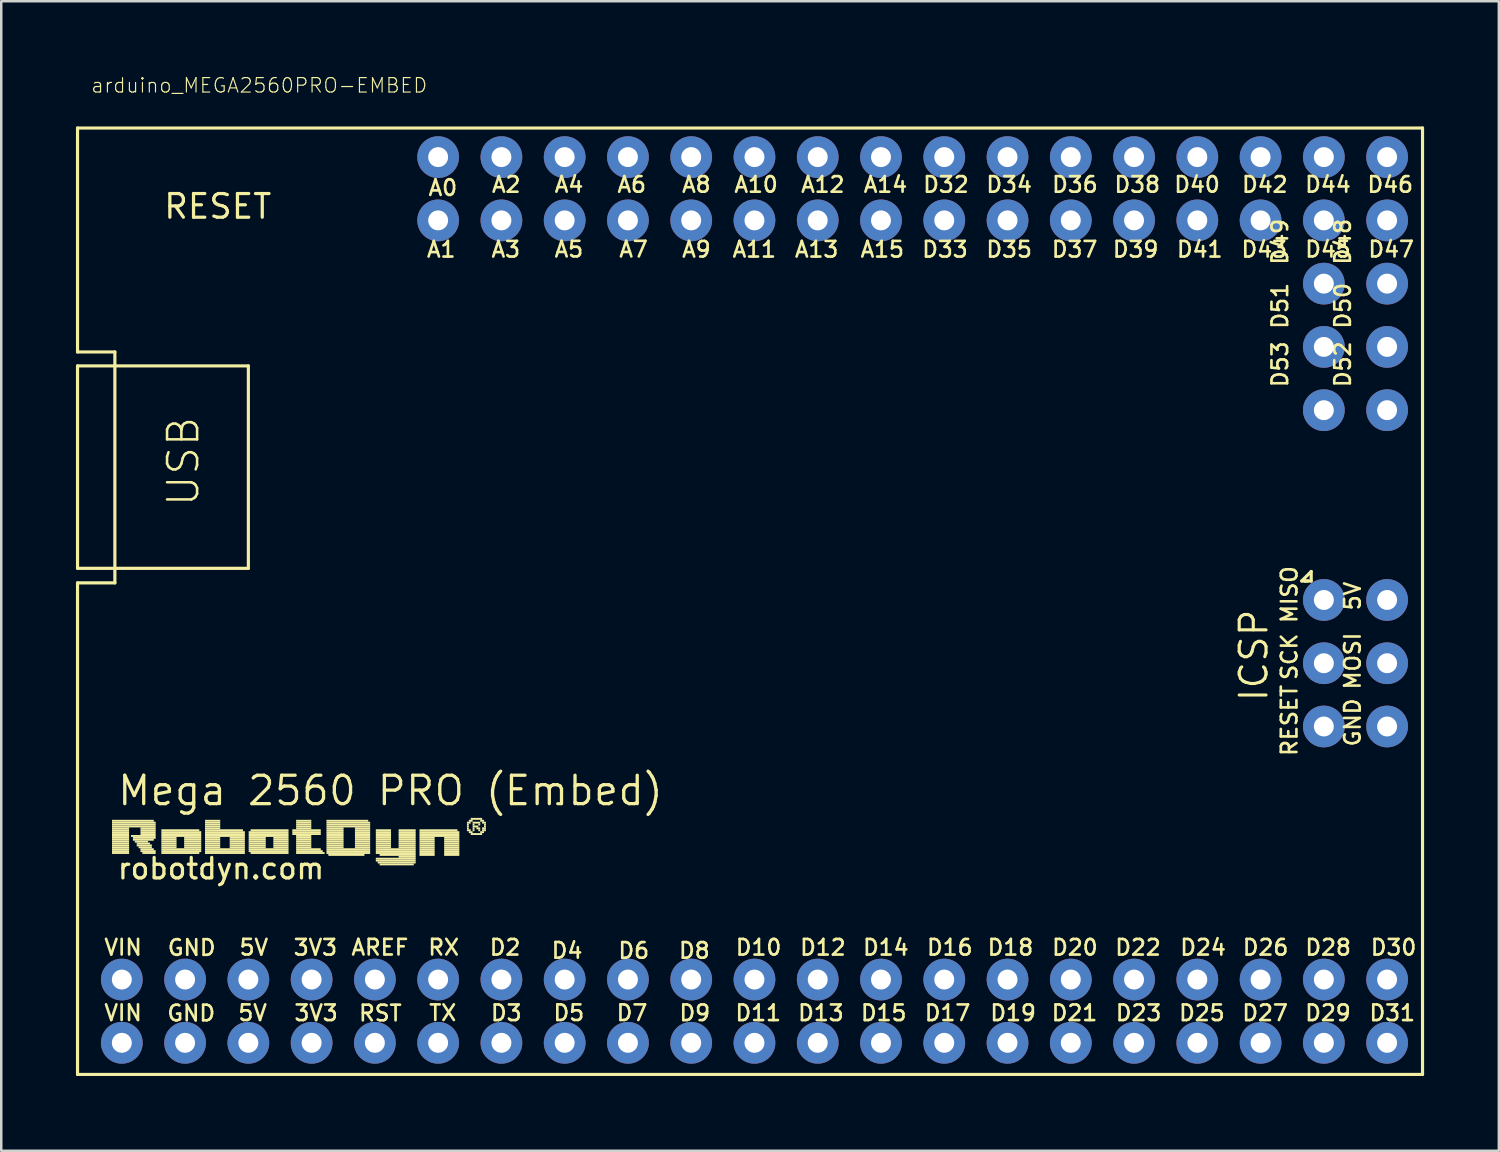
<source format=kicad_pcb>
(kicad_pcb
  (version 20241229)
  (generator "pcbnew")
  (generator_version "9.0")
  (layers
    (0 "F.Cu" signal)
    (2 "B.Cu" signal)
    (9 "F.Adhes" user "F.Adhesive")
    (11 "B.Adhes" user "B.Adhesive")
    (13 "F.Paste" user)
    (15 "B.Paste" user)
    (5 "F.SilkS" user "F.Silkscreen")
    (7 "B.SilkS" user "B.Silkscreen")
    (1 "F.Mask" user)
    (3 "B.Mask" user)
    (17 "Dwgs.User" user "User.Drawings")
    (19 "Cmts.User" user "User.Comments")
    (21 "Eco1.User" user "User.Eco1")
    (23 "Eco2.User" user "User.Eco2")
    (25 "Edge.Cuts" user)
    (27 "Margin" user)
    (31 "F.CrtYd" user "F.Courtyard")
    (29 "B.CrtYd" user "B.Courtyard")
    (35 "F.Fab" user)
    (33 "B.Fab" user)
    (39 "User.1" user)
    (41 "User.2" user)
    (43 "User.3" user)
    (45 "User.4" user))
  (footprint "arduino_MEGA2560PRO-EMBED"
    (layer "F.Cu")
    (at 34.861 19.768)
    (property "Reference" "arduino_MEGA2560PRO-EMBED" (at -34.29 -19.05 0) (layer "F.SilkS") (effects (font (size 0.579 0.579) (thickness 0.046)) (justify left bottom)))
    (attr through_hole)
    (fp_line (start -34.798 -17.678) (end 19.202 -17.678) (stroke (width 0.127) (type solid)) (layer "F.SilkS"))
    (fp_line (start -34.798 -8.687) (end -34.798 -17.678) (stroke (width 0.127) (type solid)) (layer "F.SilkS"))
    (fp_line (start -34.798 -8.687) (end -33.299 -8.687) (stroke (width 0.127) (type solid)) (layer "F.SilkS"))
    (fp_line (start -34.798 -8.128) (end -34.798 0) (stroke (width 0.127) (type solid)) (layer "F.SilkS"))
    (fp_line (start -34.798 0) (end -27.94 0) (stroke (width 0.127) (type solid)) (layer "F.SilkS"))
    (fp_line (start -34.798 0.584) (end -33.299 0.584) (stroke (width 0.127) (type solid)) (layer "F.SilkS"))
    (fp_line (start -34.798 20.32) (end -34.798 0.584) (stroke (width 0.127) (type solid)) (layer "F.SilkS"))
    (fp_line (start -34.798 20.32) (end 19.202 20.32) (stroke (width 0.127) (type solid)) (layer "F.SilkS"))
    (fp_line (start -33.299 0.584) (end -33.299 -8.687) (stroke (width 0.127) (type solid)) (layer "F.SilkS"))
    (fp_line (start -27.94 -8.128) (end -34.798 -8.128) (stroke (width 0.127) (type solid)) (layer "F.SilkS"))
    (fp_line (start -27.94 0) (end -27.94 -8.128) (stroke (width 0.127) (type solid)) (layer "F.SilkS"))
    (fp_line (start -15.519 9.449) (end -15.392 9.449) (stroke (width 0.127) (type solid)) (layer "F.SilkS"))
    (fp_line (start 14.351 0.508) (end 14.732 0.127) (stroke (width 0.127) (type solid)) (layer "F.SilkS"))
    (fp_line (start 14.478 0.508) (end 14.351 0.508) (stroke (width 0.127) (type solid)) (layer "F.SilkS"))
    (fp_line (start 14.605 0.508) (end 14.478 0.508) (stroke (width 0.127) (type solid)) (layer "F.SilkS"))
    (fp_line (start 14.732 0.127) (end 14.732 0.508) (stroke (width 0.127) (type solid)) (layer "F.SilkS"))
    (fp_line (start 14.732 0.508) (end 14.478 0.508) (stroke (width 0.127) (type solid)) (layer "F.SilkS"))
    (fp_line (start 19.202 20.32) (end 19.202 -17.678) (stroke (width 0.127) (type solid)) (layer "F.SilkS"))
    (fp_poly (pts (xy -33.414 10.173) (xy -31.737 10.173) (xy -31.737 10.097) (xy -33.414 10.097)) (stroke (width 0) (type solid)) (fill yes) (layer "F.SilkS"))
    (fp_poly (pts (xy -33.414 10.249) (xy -31.661 10.249) (xy -31.661 10.173) (xy -33.414 10.173)) (stroke (width 0) (type solid)) (fill yes) (layer "F.SilkS"))
    (fp_poly (pts (xy -33.414 10.325) (xy -31.661 10.325) (xy -31.661 10.249) (xy -33.414 10.249)) (stroke (width 0) (type solid)) (fill yes) (layer "F.SilkS"))
    (fp_poly (pts (xy -33.414 10.401) (xy -31.661 10.401) (xy -31.661 10.325) (xy -33.414 10.325)) (stroke (width 0) (type solid)) (fill yes) (layer "F.SilkS"))
    (fp_poly (pts (xy -33.414 10.477) (xy -32.728 10.477) (xy -32.728 10.401) (xy -33.414 10.401)) (stroke (width 0) (type solid)) (fill yes) (layer "F.SilkS"))
    (fp_poly (pts (xy -33.414 10.554) (xy -32.728 10.554) (xy -32.728 10.477) (xy -33.414 10.477)) (stroke (width 0) (type solid)) (fill yes) (layer "F.SilkS"))
    (fp_poly (pts (xy -33.414 10.63) (xy -32.728 10.63) (xy -32.728 10.554) (xy -33.414 10.554)) (stroke (width 0) (type solid)) (fill yes) (layer "F.SilkS"))
    (fp_poly (pts (xy -33.414 10.706) (xy -32.728 10.706) (xy -32.728 10.63) (xy -33.414 10.63)) (stroke (width 0) (type solid)) (fill yes) (layer "F.SilkS"))
    (fp_poly (pts (xy -33.414 10.782) (xy -32.728 10.782) (xy -32.728 10.706) (xy -33.414 10.706)) (stroke (width 0) (type solid)) (fill yes) (layer "F.SilkS"))
    (fp_poly (pts (xy -33.414 10.858) (xy -32.728 10.858) (xy -32.728 10.782) (xy -33.414 10.782)) (stroke (width 0) (type solid)) (fill yes) (layer "F.SilkS"))
    (fp_poly (pts (xy -33.414 10.935) (xy -32.728 10.935) (xy -32.728 10.858) (xy -33.414 10.858)) (stroke (width 0) (type solid)) (fill yes) (layer "F.SilkS"))
    (fp_poly (pts (xy -33.414 11.011) (xy -32.728 11.011) (xy -32.728 10.935) (xy -33.414 10.935)) (stroke (width 0) (type solid)) (fill yes) (layer "F.SilkS"))
    (fp_poly (pts (xy -33.414 11.087) (xy -32.728 11.087) (xy -32.728 11.011) (xy -33.414 11.011)) (stroke (width 0) (type solid)) (fill yes) (layer "F.SilkS"))
    (fp_poly (pts (xy -33.414 11.163) (xy -32.728 11.163) (xy -32.728 11.087) (xy -33.414 11.087)) (stroke (width 0) (type solid)) (fill yes) (layer "F.SilkS"))
    (fp_poly (pts (xy -33.414 11.239) (xy -32.728 11.239) (xy -32.728 11.163) (xy -33.414 11.163)) (stroke (width 0) (type solid)) (fill yes) (layer "F.SilkS"))
    (fp_poly (pts (xy -33.414 11.316) (xy -32.728 11.316) (xy -32.728 11.239) (xy -33.414 11.239)) (stroke (width 0) (type solid)) (fill yes) (layer "F.SilkS"))
    (fp_poly (pts (xy -33.414 11.392) (xy -32.728 11.392) (xy -32.728 11.316) (xy -33.414 11.316)) (stroke (width 0) (type solid)) (fill yes) (layer "F.SilkS"))
    (fp_poly (pts (xy -33.414 11.468) (xy -32.728 11.468) (xy -32.728 11.392) (xy -33.414 11.392)) (stroke (width 0) (type solid)) (fill yes) (layer "F.SilkS"))
    (fp_poly (pts (xy -32.652 10.782) (xy -31.661 10.782) (xy -31.661 10.706) (xy -32.652 10.706)) (stroke (width 0) (type solid)) (fill yes) (layer "F.SilkS"))
    (fp_poly (pts (xy -32.575 10.858) (xy -31.661 10.858) (xy -31.661 10.782) (xy -32.575 10.782)) (stroke (width 0) (type solid)) (fill yes) (layer "F.SilkS"))
    (fp_poly (pts (xy -32.575 10.935) (xy -31.737 10.935) (xy -31.737 10.858) (xy -32.575 10.858)) (stroke (width 0) (type solid)) (fill yes) (layer "F.SilkS"))
    (fp_poly (pts (xy -32.499 11.011) (xy -31.966 11.011) (xy -31.966 10.935) (xy -32.499 10.935)) (stroke (width 0) (type solid)) (fill yes) (layer "F.SilkS"))
    (fp_poly (pts (xy -32.423 11.087) (xy -31.89 11.087) (xy -31.89 11.011) (xy -32.423 11.011)) (stroke (width 0) (type solid)) (fill yes) (layer "F.SilkS"))
    (fp_poly (pts (xy -32.423 11.163) (xy -31.814 11.163) (xy -31.814 11.087) (xy -32.423 11.087)) (stroke (width 0) (type solid)) (fill yes) (layer "F.SilkS"))
    (fp_poly (pts (xy -32.347 11.239) (xy -31.814 11.239) (xy -31.814 11.163) (xy -32.347 11.163)) (stroke (width 0) (type solid)) (fill yes) (layer "F.SilkS"))
    (fp_poly (pts (xy -32.271 10.477) (xy -31.661 10.477) (xy -31.661 10.401) (xy -32.271 10.401)) (stroke (width 0) (type solid)) (fill yes) (layer "F.SilkS"))
    (fp_poly (pts (xy -32.271 10.554) (xy -31.661 10.554) (xy -31.661 10.477) (xy -32.271 10.477)) (stroke (width 0) (type solid)) (fill yes) (layer "F.SilkS"))
    (fp_poly (pts (xy -32.271 10.63) (xy -31.661 10.63) (xy -31.661 10.554) (xy -32.271 10.554)) (stroke (width 0) (type solid)) (fill yes) (layer "F.SilkS"))
    (fp_poly (pts (xy -32.271 10.706) (xy -31.661 10.706) (xy -31.661 10.63) (xy -32.271 10.63)) (stroke (width 0) (type solid)) (fill yes) (layer "F.SilkS"))
    (fp_poly (pts (xy -32.271 11.316) (xy -31.737 11.316) (xy -31.737 11.239) (xy -32.271 11.239)) (stroke (width 0) (type solid)) (fill yes) (layer "F.SilkS"))
    (fp_poly (pts (xy -32.271 11.392) (xy -31.661 11.392) (xy -31.661 11.316) (xy -32.271 11.316)) (stroke (width 0) (type solid)) (fill yes) (layer "F.SilkS"))
    (fp_poly (pts (xy -32.194 11.468) (xy -31.661 11.468) (xy -31.661 11.392) (xy -32.194 11.392)) (stroke (width 0) (type solid)) (fill yes) (layer "F.SilkS"))
    (fp_poly (pts (xy -31.433 10.554) (xy -29.909 10.554) (xy -29.909 10.477) (xy -31.433 10.477)) (stroke (width 0) (type solid)) (fill yes) (layer "F.SilkS"))
    (fp_poly (pts (xy -31.433 10.63) (xy -29.832 10.63) (xy -29.832 10.554) (xy -31.433 10.554)) (stroke (width 0) (type solid)) (fill yes) (layer "F.SilkS"))
    (fp_poly (pts (xy -31.433 10.706) (xy -29.832 10.706) (xy -29.832 10.63) (xy -31.433 10.63)) (stroke (width 0) (type solid)) (fill yes) (layer "F.SilkS"))
    (fp_poly (pts (xy -31.433 10.782) (xy -29.832 10.782) (xy -29.832 10.706) (xy -31.433 10.706)) (stroke (width 0) (type solid)) (fill yes) (layer "F.SilkS"))
    (fp_poly (pts (xy -31.433 10.858) (xy -30.823 10.858) (xy -30.823 10.782) (xy -31.433 10.782)) (stroke (width 0) (type solid)) (fill yes) (layer "F.SilkS"))
    (fp_poly (pts (xy -31.433 10.935) (xy -30.823 10.935) (xy -30.823 10.858) (xy -31.433 10.858)) (stroke (width 0) (type solid)) (fill yes) (layer "F.SilkS"))
    (fp_poly (pts (xy -31.433 11.011) (xy -30.823 11.011) (xy -30.823 10.935) (xy -31.433 10.935)) (stroke (width 0) (type solid)) (fill yes) (layer "F.SilkS"))
    (fp_poly (pts (xy -31.433 11.087) (xy -30.823 11.087) (xy -30.823 11.011) (xy -31.433 11.011)) (stroke (width 0) (type solid)) (fill yes) (layer "F.SilkS"))
    (fp_poly (pts (xy -31.433 11.163) (xy -30.823 11.163) (xy -30.823 11.087) (xy -31.433 11.087)) (stroke (width 0) (type solid)) (fill yes) (layer "F.SilkS"))
    (fp_poly (pts (xy -31.433 11.239) (xy -30.823 11.239) (xy -30.823 11.163) (xy -31.433 11.163)) (stroke (width 0) (type solid)) (fill yes) (layer "F.SilkS"))
    (fp_poly (pts (xy -31.433 11.316) (xy -29.832 11.316) (xy -29.832 11.239) (xy -31.433 11.239)) (stroke (width 0) (type solid)) (fill yes) (layer "F.SilkS"))
    (fp_poly (pts (xy -31.433 11.392) (xy -29.832 11.392) (xy -29.832 11.316) (xy -31.433 11.316)) (stroke (width 0) (type solid)) (fill yes) (layer "F.SilkS"))
    (fp_poly (pts (xy -31.433 11.468) (xy -29.909 11.468) (xy -29.909 11.392) (xy -31.433 11.392)) (stroke (width 0) (type solid)) (fill yes) (layer "F.SilkS"))
    (fp_poly (pts (xy -30.518 10.858) (xy -29.832 10.858) (xy -29.832 10.782) (xy -30.518 10.782)) (stroke (width 0) (type solid)) (fill yes) (layer "F.SilkS"))
    (fp_poly (pts (xy -30.518 10.935) (xy -29.832 10.935) (xy -29.832 10.858) (xy -30.518 10.858)) (stroke (width 0) (type solid)) (fill yes) (layer "F.SilkS"))
    (fp_poly (pts (xy -30.518 11.011) (xy -29.832 11.011) (xy -29.832 10.935) (xy -30.518 10.935)) (stroke (width 0) (type solid)) (fill yes) (layer "F.SilkS"))
    (fp_poly (pts (xy -30.518 11.087) (xy -29.832 11.087) (xy -29.832 11.011) (xy -30.518 11.011)) (stroke (width 0) (type solid)) (fill yes) (layer "F.SilkS"))
    (fp_poly (pts (xy -30.518 11.163) (xy -29.832 11.163) (xy -29.832 11.087) (xy -30.518 11.087)) (stroke (width 0) (type solid)) (fill yes) (layer "F.SilkS"))
    (fp_poly (pts (xy -30.518 11.239) (xy -29.832 11.239) (xy -29.832 11.163) (xy -30.518 11.163)) (stroke (width 0) (type solid)) (fill yes) (layer "F.SilkS"))
    (fp_poly (pts (xy -29.68 10.173) (xy -29.07 10.173) (xy -29.07 10.097) (xy -29.68 10.097)) (stroke (width 0) (type solid)) (fill yes) (layer "F.SilkS"))
    (fp_poly (pts (xy -29.68 10.249) (xy -29.07 10.249) (xy -29.07 10.173) (xy -29.68 10.173)) (stroke (width 0) (type solid)) (fill yes) (layer "F.SilkS"))
    (fp_poly (pts (xy -29.68 10.325) (xy -29.07 10.325) (xy -29.07 10.249) (xy -29.68 10.249)) (stroke (width 0) (type solid)) (fill yes) (layer "F.SilkS"))
    (fp_poly (pts (xy -29.68 10.401) (xy -29.07 10.401) (xy -29.07 10.325) (xy -29.68 10.325)) (stroke (width 0) (type solid)) (fill yes) (layer "F.SilkS"))
    (fp_poly (pts (xy -29.68 10.477) (xy -29.07 10.477) (xy -29.07 10.401) (xy -29.68 10.401)) (stroke (width 0) (type solid)) (fill yes) (layer "F.SilkS"))
    (fp_poly (pts (xy -29.68 10.554) (xy -28.156 10.554) (xy -28.156 10.477) (xy -29.68 10.477)) (stroke (width 0) (type solid)) (fill yes) (layer "F.SilkS"))
    (fp_poly (pts (xy -29.68 10.63) (xy -28.08 10.63) (xy -28.08 10.554) (xy -29.68 10.554)) (stroke (width 0) (type solid)) (fill yes) (layer "F.SilkS"))
    (fp_poly (pts (xy -29.68 10.706) (xy -28.08 10.706) (xy -28.08 10.63) (xy -29.68 10.63)) (stroke (width 0) (type solid)) (fill yes) (layer "F.SilkS"))
    (fp_poly (pts (xy -29.68 10.782) (xy -28.08 10.782) (xy -28.08 10.706) (xy -29.68 10.706)) (stroke (width 0) (type solid)) (fill yes) (layer "F.SilkS"))
    (fp_poly (pts (xy -29.68 10.858) (xy -29.07 10.858) (xy -29.07 10.782) (xy -29.68 10.782)) (stroke (width 0) (type solid)) (fill yes) (layer "F.SilkS"))
    (fp_poly (pts (xy -29.68 10.935) (xy -29.07 10.935) (xy -29.07 10.858) (xy -29.68 10.858)) (stroke (width 0) (type solid)) (fill yes) (layer "F.SilkS"))
    (fp_poly (pts (xy -29.68 11.011) (xy -29.07 11.011) (xy -29.07 10.935) (xy -29.68 10.935)) (stroke (width 0) (type solid)) (fill yes) (layer "F.SilkS"))
    (fp_poly (pts (xy -29.68 11.087) (xy -29.07 11.087) (xy -29.07 11.011) (xy -29.68 11.011)) (stroke (width 0) (type solid)) (fill yes) (layer "F.SilkS"))
    (fp_poly (pts (xy -29.68 11.163) (xy -29.07 11.163) (xy -29.07 11.087) (xy -29.68 11.087)) (stroke (width 0) (type solid)) (fill yes) (layer "F.SilkS"))
    (fp_poly (pts (xy -29.68 11.239) (xy -29.07 11.239) (xy -29.07 11.163) (xy -29.68 11.163)) (stroke (width 0) (type solid)) (fill yes) (layer "F.SilkS"))
    (fp_poly (pts (xy -29.68 11.316) (xy -28.08 11.316) (xy -28.08 11.239) (xy -29.68 11.239)) (stroke (width 0) (type solid)) (fill yes) (layer "F.SilkS"))
    (fp_poly (pts (xy -29.68 11.392) (xy -28.08 11.392) (xy -28.08 11.316) (xy -29.68 11.316)) (stroke (width 0) (type solid)) (fill yes) (layer "F.SilkS"))
    (fp_poly (pts (xy -29.68 11.468) (xy -28.08 11.468) (xy -28.08 11.392) (xy -29.68 11.392)) (stroke (width 0) (type solid)) (fill yes) (layer "F.SilkS"))
    (fp_poly (pts (xy -28.689 10.858) (xy -28.08 10.858) (xy -28.08 10.782) (xy -28.689 10.782)) (stroke (width 0) (type solid)) (fill yes) (layer "F.SilkS"))
    (fp_poly (pts (xy -28.689 10.935) (xy -28.08 10.935) (xy -28.08 10.858) (xy -28.689 10.858)) (stroke (width 0) (type solid)) (fill yes) (layer "F.SilkS"))
    (fp_poly (pts (xy -28.689 11.011) (xy -28.08 11.011) (xy -28.08 10.935) (xy -28.689 10.935)) (stroke (width 0) (type solid)) (fill yes) (layer "F.SilkS"))
    (fp_poly (pts (xy -28.689 11.087) (xy -28.08 11.087) (xy -28.08 11.011) (xy -28.689 11.011)) (stroke (width 0) (type solid)) (fill yes) (layer "F.SilkS"))
    (fp_poly (pts (xy -28.689 11.163) (xy -28.08 11.163) (xy -28.08 11.087) (xy -28.689 11.087)) (stroke (width 0) (type solid)) (fill yes) (layer "F.SilkS"))
    (fp_poly (pts (xy -28.689 11.239) (xy -28.08 11.239) (xy -28.08 11.163) (xy -28.689 11.163)) (stroke (width 0) (type solid)) (fill yes) (layer "F.SilkS"))
    (fp_poly (pts (xy -27.927 10.63) (xy -26.327 10.63) (xy -26.327 10.554) (xy -27.927 10.554)) (stroke (width 0) (type solid)) (fill yes) (layer "F.SilkS"))
    (fp_poly (pts (xy -27.927 10.706) (xy -26.327 10.706) (xy -26.327 10.63) (xy -27.927 10.63)) (stroke (width 0) (type solid)) (fill yes) (layer "F.SilkS"))
    (fp_poly (pts (xy -27.927 10.782) (xy -26.327 10.782) (xy -26.327 10.706) (xy -27.927 10.706)) (stroke (width 0) (type solid)) (fill yes) (layer "F.SilkS"))
    (fp_poly (pts (xy -27.927 10.858) (xy -27.241 10.858) (xy -27.241 10.782) (xy -27.927 10.782)) (stroke (width 0) (type solid)) (fill yes) (layer "F.SilkS"))
    (fp_poly (pts (xy -27.927 10.935) (xy -27.241 10.935) (xy -27.241 10.858) (xy -27.927 10.858)) (stroke (width 0) (type solid)) (fill yes) (layer "F.SilkS"))
    (fp_poly (pts (xy -27.927 11.011) (xy -27.241 11.011) (xy -27.241 10.935) (xy -27.927 10.935)) (stroke (width 0) (type solid)) (fill yes) (layer "F.SilkS"))
    (fp_poly (pts (xy -27.927 11.087) (xy -27.241 11.087) (xy -27.241 11.011) (xy -27.927 11.011)) (stroke (width 0) (type solid)) (fill yes) (layer "F.SilkS"))
    (fp_poly (pts (xy -27.927 11.163) (xy -27.241 11.163) (xy -27.241 11.087) (xy -27.927 11.087)) (stroke (width 0) (type solid)) (fill yes) (layer "F.SilkS"))
    (fp_poly (pts (xy -27.927 11.239) (xy -27.241 11.239) (xy -27.241 11.163) (xy -27.927 11.163)) (stroke (width 0) (type solid)) (fill yes) (layer "F.SilkS"))
    (fp_poly (pts (xy -27.927 11.316) (xy -26.327 11.316) (xy -26.327 11.239) (xy -27.927 11.239)) (stroke (width 0) (type solid)) (fill yes) (layer "F.SilkS"))
    (fp_poly (pts (xy -27.927 11.392) (xy -26.327 11.392) (xy -26.327 11.316) (xy -27.927 11.316)) (stroke (width 0) (type solid)) (fill yes) (layer "F.SilkS"))
    (fp_poly (pts (xy -27.851 10.554) (xy -26.327 10.554) (xy -26.327 10.477) (xy -27.851 10.477)) (stroke (width 0) (type solid)) (fill yes) (layer "F.SilkS"))
    (fp_poly (pts (xy -27.851 11.468) (xy -26.327 11.468) (xy -26.327 11.392) (xy -27.851 11.392)) (stroke (width 0) (type solid)) (fill yes) (layer "F.SilkS"))
    (fp_poly (pts (xy -26.937 10.858) (xy -26.327 10.858) (xy -26.327 10.782) (xy -26.937 10.782)) (stroke (width 0) (type solid)) (fill yes) (layer "F.SilkS"))
    (fp_poly (pts (xy -26.937 10.935) (xy -26.327 10.935) (xy -26.327 10.858) (xy -26.937 10.858)) (stroke (width 0) (type solid)) (fill yes) (layer "F.SilkS"))
    (fp_poly (pts (xy -26.937 11.011) (xy -26.327 11.011) (xy -26.327 10.935) (xy -26.937 10.935)) (stroke (width 0) (type solid)) (fill yes) (layer "F.SilkS"))
    (fp_poly (pts (xy -26.937 11.087) (xy -26.327 11.087) (xy -26.327 11.011) (xy -26.937 11.011)) (stroke (width 0) (type solid)) (fill yes) (layer "F.SilkS"))
    (fp_poly (pts (xy -26.937 11.163) (xy -26.327 11.163) (xy -26.327 11.087) (xy -26.937 11.087)) (stroke (width 0) (type solid)) (fill yes) (layer "F.SilkS"))
    (fp_poly (pts (xy -26.937 11.239) (xy -26.327 11.239) (xy -26.327 11.163) (xy -26.937 11.163)) (stroke (width 0) (type solid)) (fill yes) (layer "F.SilkS"))
    (fp_poly (pts (xy -26.175 10.554) (xy -25.032 10.554) (xy -25.032 10.477) (xy -26.175 10.477)) (stroke (width 0) (type solid)) (fill yes) (layer "F.SilkS"))
    (fp_poly (pts (xy -26.175 10.63) (xy -25.032 10.63) (xy -25.032 10.554) (xy -26.175 10.554)) (stroke (width 0) (type solid)) (fill yes) (layer "F.SilkS"))
    (fp_poly (pts (xy -26.175 10.706) (xy -25.032 10.706) (xy -25.032 10.63) (xy -26.175 10.63)) (stroke (width 0) (type solid)) (fill yes) (layer "F.SilkS"))
    (fp_poly (pts (xy -26.022 10.173) (xy -25.413 10.173) (xy -25.413 10.097) (xy -26.022 10.097)) (stroke (width 0) (type solid)) (fill yes) (layer "F.SilkS"))
    (fp_poly (pts (xy -26.022 10.249) (xy -25.413 10.249) (xy -25.413 10.173) (xy -26.022 10.173)) (stroke (width 0) (type solid)) (fill yes) (layer "F.SilkS"))
    (fp_poly (pts (xy -26.022 10.325) (xy -25.413 10.325) (xy -25.413 10.249) (xy -26.022 10.249)) (stroke (width 0) (type solid)) (fill yes) (layer "F.SilkS"))
    (fp_poly (pts (xy -26.022 10.401) (xy -25.413 10.401) (xy -25.413 10.325) (xy -26.022 10.325)) (stroke (width 0) (type solid)) (fill yes) (layer "F.SilkS"))
    (fp_poly (pts (xy -26.022 10.477) (xy -25.413 10.477) (xy -25.413 10.401) (xy -26.022 10.401)) (stroke (width 0) (type solid)) (fill yes) (layer "F.SilkS"))
    (fp_poly (pts (xy -26.022 10.782) (xy -25.413 10.782) (xy -25.413 10.706) (xy -26.022 10.706)) (stroke (width 0) (type solid)) (fill yes) (layer "F.SilkS"))
    (fp_poly (pts (xy -26.022 10.858) (xy -25.413 10.858) (xy -25.413 10.782) (xy -26.022 10.782)) (stroke (width 0) (type solid)) (fill yes) (layer "F.SilkS"))
    (fp_poly (pts (xy -26.022 10.935) (xy -25.413 10.935) (xy -25.413 10.858) (xy -26.022 10.858)) (stroke (width 0) (type solid)) (fill yes) (layer "F.SilkS"))
    (fp_poly (pts (xy -26.022 11.011) (xy -25.413 11.011) (xy -25.413 10.935) (xy -26.022 10.935)) (stroke (width 0) (type solid)) (fill yes) (layer "F.SilkS"))
    (fp_poly (pts (xy -26.022 11.087) (xy -25.413 11.087) (xy -25.413 11.011) (xy -26.022 11.011)) (stroke (width 0) (type solid)) (fill yes) (layer "F.SilkS"))
    (fp_poly (pts (xy -26.022 11.163) (xy -25.413 11.163) (xy -25.413 11.087) (xy -26.022 11.087)) (stroke (width 0) (type solid)) (fill yes) (layer "F.SilkS"))
    (fp_poly (pts (xy -26.022 11.239) (xy -25.413 11.239) (xy -25.413 11.163) (xy -26.022 11.163)) (stroke (width 0) (type solid)) (fill yes) (layer "F.SilkS"))
    (fp_poly (pts (xy -26.022 11.316) (xy -25.032 11.316) (xy -25.032 11.239) (xy -26.022 11.239)) (stroke (width 0) (type solid)) (fill yes) (layer "F.SilkS"))
    (fp_poly (pts (xy -26.022 11.392) (xy -24.956 11.392) (xy -24.956 11.316) (xy -26.022 11.316)) (stroke (width 0) (type solid)) (fill yes) (layer "F.SilkS"))
    (fp_poly (pts (xy -26.022 11.468) (xy -24.879 11.468) (xy -24.879 11.392) (xy -26.022 11.392)) (stroke (width 0) (type solid)) (fill yes) (layer "F.SilkS"))
    (fp_poly (pts (xy -24.803 10.173) (xy -23.127 10.173) (xy -23.127 10.097) (xy -24.803 10.097)) (stroke (width 0) (type solid)) (fill yes) (layer "F.SilkS"))
    (fp_poly (pts (xy -24.803 10.249) (xy -23.05 10.249) (xy -23.05 10.173) (xy -24.803 10.173)) (stroke (width 0) (type solid)) (fill yes) (layer "F.SilkS"))
    (fp_poly (pts (xy -24.803 10.325) (xy -23.05 10.325) (xy -23.05 10.249) (xy -24.803 10.249)) (stroke (width 0) (type solid)) (fill yes) (layer "F.SilkS"))
    (fp_poly (pts (xy -24.803 10.401) (xy -23.05 10.401) (xy -23.05 10.325) (xy -24.803 10.325)) (stroke (width 0) (type solid)) (fill yes) (layer "F.SilkS"))
    (fp_poly (pts (xy -24.803 10.477) (xy -24.117 10.477) (xy -24.117 10.401) (xy -24.803 10.401)) (stroke (width 0) (type solid)) (fill yes) (layer "F.SilkS"))
    (fp_poly (pts (xy -24.803 10.554) (xy -24.117 10.554) (xy -24.117 10.477) (xy -24.803 10.477)) (stroke (width 0) (type solid)) (fill yes) (layer "F.SilkS"))
    (fp_poly (pts (xy -24.803 10.63) (xy -24.117 10.63) (xy -24.117 10.554) (xy -24.803 10.554)) (stroke (width 0) (type solid)) (fill yes) (layer "F.SilkS"))
    (fp_poly (pts (xy -24.803 10.706) (xy -24.117 10.706) (xy -24.117 10.63) (xy -24.803 10.63)) (stroke (width 0) (type solid)) (fill yes) (layer "F.SilkS"))
    (fp_poly (pts (xy -24.803 10.782) (xy -24.117 10.782) (xy -24.117 10.706) (xy -24.803 10.706)) (stroke (width 0) (type solid)) (fill yes) (layer "F.SilkS"))
    (fp_poly (pts (xy -24.803 10.858) (xy -24.117 10.858) (xy -24.117 10.782) (xy -24.803 10.782)) (stroke (width 0) (type solid)) (fill yes) (layer "F.SilkS"))
    (fp_poly (pts (xy -24.803 10.935) (xy -24.117 10.935) (xy -24.117 10.858) (xy -24.803 10.858)) (stroke (width 0) (type solid)) (fill yes) (layer "F.SilkS"))
    (fp_poly (pts (xy -24.803 11.011) (xy -24.117 11.011) (xy -24.117 10.935) (xy -24.803 10.935)) (stroke (width 0) (type solid)) (fill yes) (layer "F.SilkS"))
    (fp_poly (pts (xy -24.803 11.087) (xy -24.117 11.087) (xy -24.117 11.011) (xy -24.803 11.011)) (stroke (width 0) (type solid)) (fill yes) (layer "F.SilkS"))
    (fp_poly (pts (xy -24.803 11.163) (xy -24.117 11.163) (xy -24.117 11.087) (xy -24.803 11.087)) (stroke (width 0) (type solid)) (fill yes) (layer "F.SilkS"))
    (fp_poly (pts (xy -24.803 11.239) (xy -24.117 11.239) (xy -24.117 11.163) (xy -24.803 11.163)) (stroke (width 0) (type solid)) (fill yes) (layer "F.SilkS"))
    (fp_poly (pts (xy -24.803 11.316) (xy -23.05 11.316) (xy -23.05 11.239) (xy -24.803 11.239)) (stroke (width 0) (type solid)) (fill yes) (layer "F.SilkS"))
    (fp_poly (pts (xy -24.803 11.392) (xy -23.05 11.392) (xy -23.05 11.316) (xy -24.803 11.316)) (stroke (width 0) (type solid)) (fill yes) (layer "F.SilkS"))
    (fp_poly (pts (xy -24.803 11.468) (xy -23.05 11.468) (xy -23.05 11.392) (xy -24.803 11.392)) (stroke (width 0) (type solid)) (fill yes) (layer "F.SilkS"))
    (fp_poly (pts (xy -24.727 11.544) (xy -23.279 11.544) (xy -23.279 11.468) (xy -24.727 11.468)) (stroke (width 0) (type solid)) (fill yes) (layer "F.SilkS"))
    (fp_poly (pts (xy -23.66 10.477) (xy -23.05 10.477) (xy -23.05 10.401) (xy -23.66 10.401)) (stroke (width 0) (type solid)) (fill yes) (layer "F.SilkS"))
    (fp_poly (pts (xy -23.66 10.554) (xy -23.05 10.554) (xy -23.05 10.477) (xy -23.66 10.477)) (stroke (width 0) (type solid)) (fill yes) (layer "F.SilkS"))
    (fp_poly (pts (xy -23.66 10.63) (xy -23.05 10.63) (xy -23.05 10.554) (xy -23.66 10.554)) (stroke (width 0) (type solid)) (fill yes) (layer "F.SilkS"))
    (fp_poly (pts (xy -23.66 10.706) (xy -23.05 10.706) (xy -23.05 10.63) (xy -23.66 10.63)) (stroke (width 0) (type solid)) (fill yes) (layer "F.SilkS"))
    (fp_poly (pts (xy -23.66 10.782) (xy -23.05 10.782) (xy -23.05 10.706) (xy -23.66 10.706)) (stroke (width 0) (type solid)) (fill yes) (layer "F.SilkS"))
    (fp_poly (pts (xy -23.66 10.858) (xy -23.05 10.858) (xy -23.05 10.782) (xy -23.66 10.782)) (stroke (width 0) (type solid)) (fill yes) (layer "F.SilkS"))
    (fp_poly (pts (xy -23.66 10.935) (xy -23.05 10.935) (xy -23.05 10.858) (xy -23.66 10.858)) (stroke (width 0) (type solid)) (fill yes) (layer "F.SilkS"))
    (fp_poly (pts (xy -23.66 11.011) (xy -23.05 11.011) (xy -23.05 10.935) (xy -23.66 10.935)) (stroke (width 0) (type solid)) (fill yes) (layer "F.SilkS"))
    (fp_poly (pts (xy -23.66 11.087) (xy -23.05 11.087) (xy -23.05 11.011) (xy -23.66 11.011)) (stroke (width 0) (type solid)) (fill yes) (layer "F.SilkS"))
    (fp_poly (pts (xy -23.66 11.163) (xy -23.05 11.163) (xy -23.05 11.087) (xy -23.66 11.087)) (stroke (width 0) (type solid)) (fill yes) (layer "F.SilkS"))
    (fp_poly (pts (xy -23.66 11.239) (xy -23.05 11.239) (xy -23.05 11.163) (xy -23.66 11.163)) (stroke (width 0) (type solid)) (fill yes) (layer "F.SilkS"))
    (fp_poly (pts (xy -22.822 10.554) (xy -22.212 10.554) (xy -22.212 10.477) (xy -22.822 10.477)) (stroke (width 0) (type solid)) (fill yes) (layer "F.SilkS"))
    (fp_poly (pts (xy -22.822 10.63) (xy -22.212 10.63) (xy -22.212 10.554) (xy -22.822 10.554)) (stroke (width 0) (type solid)) (fill yes) (layer "F.SilkS"))
    (fp_poly (pts (xy -22.822 10.706) (xy -22.212 10.706) (xy -22.212 10.63) (xy -22.822 10.63)) (stroke (width 0) (type solid)) (fill yes) (layer "F.SilkS"))
    (fp_poly (pts (xy -22.822 10.782) (xy -22.212 10.782) (xy -22.212 10.706) (xy -22.822 10.706)) (stroke (width 0) (type solid)) (fill yes) (layer "F.SilkS"))
    (fp_poly (pts (xy -22.822 10.858) (xy -22.212 10.858) (xy -22.212 10.782) (xy -22.822 10.782)) (stroke (width 0) (type solid)) (fill yes) (layer "F.SilkS"))
    (fp_poly (pts (xy -22.822 10.935) (xy -22.212 10.935) (xy -22.212 10.858) (xy -22.822 10.858)) (stroke (width 0) (type solid)) (fill yes) (layer "F.SilkS"))
    (fp_poly (pts (xy -22.822 11.011) (xy -22.212 11.011) (xy -22.212 10.935) (xy -22.822 10.935)) (stroke (width 0) (type solid)) (fill yes) (layer "F.SilkS"))
    (fp_poly (pts (xy -22.822 11.087) (xy -22.212 11.087) (xy -22.212 11.011) (xy -22.822 11.011)) (stroke (width 0) (type solid)) (fill yes) (layer "F.SilkS"))
    (fp_poly (pts (xy -22.822 11.163) (xy -22.212 11.163) (xy -22.212 11.087) (xy -22.822 11.087)) (stroke (width 0) (type solid)) (fill yes) (layer "F.SilkS"))
    (fp_poly (pts (xy -22.822 11.239) (xy -22.212 11.239) (xy -22.212 11.163) (xy -22.822 11.163)) (stroke (width 0) (type solid)) (fill yes) (layer "F.SilkS"))
    (fp_poly (pts (xy -22.822 11.316) (xy -21.222 11.316) (xy -21.222 11.239) (xy -22.822 11.239)) (stroke (width 0) (type solid)) (fill yes) (layer "F.SilkS"))
    (fp_poly (pts (xy -22.822 11.392) (xy -21.222 11.392) (xy -21.222 11.316) (xy -22.822 11.316)) (stroke (width 0) (type solid)) (fill yes) (layer "F.SilkS"))
    (fp_poly (pts (xy -22.822 11.468) (xy -21.222 11.468) (xy -21.222 11.392) (xy -22.822 11.392)) (stroke (width 0) (type solid)) (fill yes) (layer "F.SilkS"))
    (fp_poly (pts (xy -22.822 11.697) (xy -21.222 11.697) (xy -21.222 11.62) (xy -22.822 11.62)) (stroke (width 0) (type solid)) (fill yes) (layer "F.SilkS"))
    (fp_poly (pts (xy -22.822 11.773) (xy -21.222 11.773) (xy -21.222 11.697) (xy -22.822 11.697)) (stroke (width 0) (type solid)) (fill yes) (layer "F.SilkS"))
    (fp_poly (pts (xy -22.746 11.849) (xy -21.222 11.849) (xy -21.222 11.773) (xy -22.746 11.773)) (stroke (width 0) (type solid)) (fill yes) (layer "F.SilkS"))
    (fp_poly (pts (xy -22.669 11.544) (xy -21.222 11.544) (xy -21.222 11.468) (xy -22.669 11.468)) (stroke (width 0) (type solid)) (fill yes) (layer "F.SilkS"))
    (fp_poly (pts (xy -22.669 11.925) (xy -21.298 11.925) (xy -21.298 11.849) (xy -22.669 11.849)) (stroke (width 0) (type solid)) (fill yes) (layer "F.SilkS"))
    (fp_poly (pts (xy -21.907 10.554) (xy -21.222 10.554) (xy -21.222 10.477) (xy -21.907 10.477)) (stroke (width 0) (type solid)) (fill yes) (layer "F.SilkS"))
    (fp_poly (pts (xy -21.907 10.63) (xy -21.222 10.63) (xy -21.222 10.554) (xy -21.907 10.554)) (stroke (width 0) (type solid)) (fill yes) (layer "F.SilkS"))
    (fp_poly (pts (xy -21.907 10.706) (xy -21.222 10.706) (xy -21.222 10.63) (xy -21.907 10.63)) (stroke (width 0) (type solid)) (fill yes) (layer "F.SilkS"))
    (fp_poly (pts (xy -21.907 10.782) (xy -21.222 10.782) (xy -21.222 10.706) (xy -21.907 10.706)) (stroke (width 0) (type solid)) (fill yes) (layer "F.SilkS"))
    (fp_poly (pts (xy -21.907 10.858) (xy -21.222 10.858) (xy -21.222 10.782) (xy -21.907 10.782)) (stroke (width 0) (type solid)) (fill yes) (layer "F.SilkS"))
    (fp_poly (pts (xy -21.907 10.935) (xy -21.222 10.935) (xy -21.222 10.858) (xy -21.907 10.858)) (stroke (width 0) (type solid)) (fill yes) (layer "F.SilkS"))
    (fp_poly (pts (xy -21.907 11.011) (xy -21.222 11.011) (xy -21.222 10.935) (xy -21.907 10.935)) (stroke (width 0) (type solid)) (fill yes) (layer "F.SilkS"))
    (fp_poly (pts (xy -21.907 11.087) (xy -21.222 11.087) (xy -21.222 11.011) (xy -21.907 11.011)) (stroke (width 0) (type solid)) (fill yes) (layer "F.SilkS"))
    (fp_poly (pts (xy -21.907 11.163) (xy -21.222 11.163) (xy -21.222 11.087) (xy -21.907 11.087)) (stroke (width 0) (type solid)) (fill yes) (layer "F.SilkS"))
    (fp_poly (pts (xy -21.907 11.239) (xy -21.222 11.239) (xy -21.222 11.163) (xy -21.907 11.163)) (stroke (width 0) (type solid)) (fill yes) (layer "F.SilkS"))
    (fp_poly (pts (xy -21.907 11.62) (xy -21.222 11.62) (xy -21.222 11.544) (xy -21.907 11.544)) (stroke (width 0) (type solid)) (fill yes) (layer "F.SilkS"))
    (fp_poly (pts (xy -21.069 10.554) (xy -19.545 10.554) (xy -19.545 10.477) (xy -21.069 10.477)) (stroke (width 0) (type solid)) (fill yes) (layer "F.SilkS"))
    (fp_poly (pts (xy -21.069 10.63) (xy -19.469 10.63) (xy -19.469 10.554) (xy -21.069 10.554)) (stroke (width 0) (type solid)) (fill yes) (layer "F.SilkS"))
    (fp_poly (pts (xy -21.069 10.706) (xy -19.469 10.706) (xy -19.469 10.63) (xy -21.069 10.63)) (stroke (width 0) (type solid)) (fill yes) (layer "F.SilkS"))
    (fp_poly (pts (xy -21.069 10.782) (xy -19.469 10.782) (xy -19.469 10.706) (xy -21.069 10.706)) (stroke (width 0) (type solid)) (fill yes) (layer "F.SilkS"))
    (fp_poly (pts (xy -21.069 10.858) (xy -20.46 10.858) (xy -20.46 10.782) (xy -21.069 10.782)) (stroke (width 0) (type solid)) (fill yes) (layer "F.SilkS"))
    (fp_poly (pts (xy -21.069 10.935) (xy -20.46 10.935) (xy -20.46 10.858) (xy -21.069 10.858)) (stroke (width 0) (type solid)) (fill yes) (layer "F.SilkS"))
    (fp_poly (pts (xy -21.069 11.011) (xy -20.46 11.011) (xy -20.46 10.935) (xy -21.069 10.935)) (stroke (width 0) (type solid)) (fill yes) (layer "F.SilkS"))
    (fp_poly (pts (xy -21.069 11.087) (xy -20.46 11.087) (xy -20.46 11.011) (xy -21.069 11.011)) (stroke (width 0) (type solid)) (fill yes) (layer "F.SilkS"))
    (fp_poly (pts (xy -21.069 11.163) (xy -20.46 11.163) (xy -20.46 11.087) (xy -21.069 11.087)) (stroke (width 0) (type solid)) (fill yes) (layer "F.SilkS"))
    (fp_poly (pts (xy -21.069 11.239) (xy -20.46 11.239) (xy -20.46 11.163) (xy -21.069 11.163)) (stroke (width 0) (type solid)) (fill yes) (layer "F.SilkS"))
    (fp_poly (pts (xy -21.069 11.316) (xy -20.46 11.316) (xy -20.46 11.239) (xy -21.069 11.239)) (stroke (width 0) (type solid)) (fill yes) (layer "F.SilkS"))
    (fp_poly (pts (xy -21.069 11.392) (xy -20.46 11.392) (xy -20.46 11.316) (xy -21.069 11.316)) (stroke (width 0) (type solid)) (fill yes) (layer "F.SilkS"))
    (fp_poly (pts (xy -21.069 11.468) (xy -20.46 11.468) (xy -20.46 11.392) (xy -21.069 11.392)) (stroke (width 0) (type solid)) (fill yes) (layer "F.SilkS"))
    (fp_poly (pts (xy -21.069 11.544) (xy -20.46 11.544) (xy -20.46 11.468) (xy -21.069 11.468)) (stroke (width 0) (type solid)) (fill yes) (layer "F.SilkS"))
    (fp_poly (pts (xy -20.079 10.858) (xy -19.469 10.858) (xy -19.469 10.782) (xy -20.079 10.782)) (stroke (width 0) (type solid)) (fill yes) (layer "F.SilkS"))
    (fp_poly (pts (xy -20.079 10.935) (xy -19.469 10.935) (xy -19.469 10.858) (xy -20.079 10.858)) (stroke (width 0) (type solid)) (fill yes) (layer "F.SilkS"))
    (fp_poly (pts (xy -20.079 11.011) (xy -19.469 11.011) (xy -19.469 10.935) (xy -20.079 10.935)) (stroke (width 0) (type solid)) (fill yes) (layer "F.SilkS"))
    (fp_poly (pts (xy -20.079 11.087) (xy -19.469 11.087) (xy -19.469 11.011) (xy -20.079 11.011)) (stroke (width 0) (type solid)) (fill yes) (layer "F.SilkS"))
    (fp_poly (pts (xy -20.079 11.163) (xy -19.469 11.163) (xy -19.469 11.087) (xy -20.079 11.087)) (stroke (width 0) (type solid)) (fill yes) (layer "F.SilkS"))
    (fp_poly (pts (xy -20.079 11.239) (xy -19.469 11.239) (xy -19.469 11.163) (xy -20.079 11.163)) (stroke (width 0) (type solid)) (fill yes) (layer "F.SilkS"))
    (fp_poly (pts (xy -20.079 11.316) (xy -19.469 11.316) (xy -19.469 11.239) (xy -20.079 11.239)) (stroke (width 0) (type solid)) (fill yes) (layer "F.SilkS"))
    (fp_poly (pts (xy -20.079 11.392) (xy -19.469 11.392) (xy -19.469 11.316) (xy -20.079 11.316)) (stroke (width 0) (type solid)) (fill yes) (layer "F.SilkS"))
    (fp_poly (pts (xy -20.079 11.468) (xy -19.469 11.468) (xy -19.469 11.392) (xy -20.079 11.392)) (stroke (width 0) (type solid)) (fill yes) (layer "F.SilkS"))
    (fp_poly (pts (xy -20.079 11.544) (xy -19.469 11.544) (xy -19.469 11.468) (xy -20.079 11.468)) (stroke (width 0) (type solid)) (fill yes) (layer "F.SilkS"))
    (fp_poly (pts (xy -19.164 10.249) (xy -19.012 10.249) (xy -19.012 10.173) (xy -19.164 10.173)) (stroke (width 0) (type solid)) (fill yes) (layer "F.SilkS"))
    (fp_poly (pts (xy -19.164 10.325) (xy -19.088 10.325) (xy -19.088 10.249) (xy -19.164 10.249)) (stroke (width 0) (type solid)) (fill yes) (layer "F.SilkS"))
    (fp_poly (pts (xy -19.164 10.401) (xy -19.088 10.401) (xy -19.088 10.325) (xy -19.164 10.325)) (stroke (width 0) (type solid)) (fill yes) (layer "F.SilkS"))
    (fp_poly (pts (xy -19.164 10.477) (xy -19.088 10.477) (xy -19.088 10.401) (xy -19.164 10.401)) (stroke (width 0) (type solid)) (fill yes) (layer "F.SilkS"))
    (fp_poly (pts (xy -19.164 10.554) (xy -19.012 10.554) (xy -19.012 10.477) (xy -19.164 10.477)) (stroke (width 0) (type solid)) (fill yes) (layer "F.SilkS"))
    (fp_poly (pts (xy -19.088 10.173) (xy -18.936 10.173) (xy -18.936 10.097) (xy -19.088 10.097)) (stroke (width 0) (type solid)) (fill yes) (layer "F.SilkS"))
    (fp_poly (pts (xy -19.088 10.63) (xy -18.936 10.63) (xy -18.936 10.554) (xy -19.088 10.554)) (stroke (width 0) (type solid)) (fill yes) (layer "F.SilkS"))
    (fp_poly (pts (xy -19.012 10.097) (xy -18.555 10.097) (xy -18.555 10.02) (xy -19.012 10.02)) (stroke (width 0) (type solid)) (fill yes) (layer "F.SilkS"))
    (fp_poly (pts (xy -19.012 10.706) (xy -18.555 10.706) (xy -18.555 10.63) (xy -19.012 10.63)) (stroke (width 0) (type solid)) (fill yes) (layer "F.SilkS"))
    (fp_poly (pts (xy -18.936 10.249) (xy -18.631 10.249) (xy -18.631 10.173) (xy -18.936 10.173)) (stroke (width 0) (type solid)) (fill yes) (layer "F.SilkS"))
    (fp_poly (pts (xy -18.936 10.325) (xy -18.86 10.325) (xy -18.86 10.249) (xy -18.936 10.249)) (stroke (width 0) (type solid)) (fill yes) (layer "F.SilkS"))
    (fp_poly (pts (xy -18.936 10.401) (xy -18.707 10.401) (xy -18.707 10.325) (xy -18.936 10.325)) (stroke (width 0) (type solid)) (fill yes) (layer "F.SilkS"))
    (fp_poly (pts (xy -18.936 10.477) (xy -18.86 10.477) (xy -18.86 10.401) (xy -18.936 10.401)) (stroke (width 0) (type solid)) (fill yes) (layer "F.SilkS"))
    (fp_poly (pts (xy -18.936 10.554) (xy -18.86 10.554) (xy -18.86 10.477) (xy -18.936 10.477)) (stroke (width 0) (type solid)) (fill yes) (layer "F.SilkS"))
    (fp_poly (pts (xy -18.783 10.477) (xy -18.631 10.477) (xy -18.631 10.401) (xy -18.783 10.401)) (stroke (width 0) (type solid)) (fill yes) (layer "F.SilkS"))
    (fp_poly (pts (xy -18.707 10.325) (xy -18.631 10.325) (xy -18.631 10.249) (xy -18.707 10.249)) (stroke (width 0) (type solid)) (fill yes) (layer "F.SilkS"))
    (fp_poly (pts (xy -18.707 10.554) (xy -18.631 10.554) (xy -18.631 10.477) (xy -18.707 10.477)) (stroke (width 0) (type solid)) (fill yes) (layer "F.SilkS"))
    (fp_poly (pts (xy -18.631 10.173) (xy -18.479 10.173) (xy -18.479 10.097) (xy -18.631 10.097)) (stroke (width 0) (type solid)) (fill yes) (layer "F.SilkS"))
    (fp_poly (pts (xy -18.631 10.63) (xy -18.479 10.63) (xy -18.479 10.554) (xy -18.631 10.554)) (stroke (width 0) (type solid)) (fill yes) (layer "F.SilkS"))
    (fp_poly (pts (xy -18.555 10.249) (xy -18.402 10.249) (xy -18.402 10.173) (xy -18.555 10.173)) (stroke (width 0) (type solid)) (fill yes) (layer "F.SilkS"))
    (fp_poly (pts (xy -18.555 10.477) (xy -18.402 10.477) (xy -18.402 10.401) (xy -18.555 10.401)) (stroke (width 0) (type solid)) (fill yes) (layer "F.SilkS"))
    (fp_poly (pts (xy -18.555 10.554) (xy -18.402 10.554) (xy -18.402 10.477) (xy -18.555 10.477)) (stroke (width 0) (type solid)) (fill yes) (layer "F.SilkS"))
    (fp_poly (pts (xy -18.479 10.325) (xy -18.402 10.325) (xy -18.402 10.249) (xy -18.479 10.249)) (stroke (width 0) (type solid)) (fill yes) (layer "F.SilkS"))
    (fp_poly (pts (xy -18.479 10.401) (xy -18.402 10.401) (xy -18.402 10.325) (xy -18.479 10.325)) (stroke (width 0) (type solid)) (fill yes) (layer "F.SilkS"))
    (fp_text user "D10" (at -8.435 15.588 0) (layer "F.SilkS") (effects (font (size 0.627 0.627) (thickness 0.106)) (justify left bottom)))
    (fp_text user "A11" (at -8.561 -12.437 0) (layer "F.SilkS") (effects (font (size 0.627 0.627) (thickness 0.106)) (justify left bottom)))
    (fp_text user "D21" (at 4.248 18.218 0) (layer "F.SilkS") (effects (font (size 0.627 0.627) (thickness 0.106)) (justify left bottom)))
    (fp_text user "MOSI" (at 16.761 4.926 90) (layer "F.SilkS") (effects (font (size 0.627 0.627) (thickness 0.106)) (justify left bottom)))
    (fp_text user "D13" (at -5.933 18.218 0) (layer "F.SilkS") (effects (font (size 0.627 0.627) (thickness 0.106)) (justify left bottom)))
    (fp_text user "USB" (at -29.845 -2.413 90) (layer "F.SilkS") (effects (font (size 1.206 1.206) (thickness 0.102)) (justify left bottom)))
    (fp_text user "D48" (at 16.366 -12.134 270) (layer "F.SilkS") (effects (font (size 0.627 0.627) (thickness 0.106)) (justify left bottom)))
    (fp_text user "TX" (at -20.743 18.215 0) (layer "F.SilkS") (effects (font (size 0.627 0.627) (thickness 0.106)) (justify left bottom)))
    (fp_text user "A10" (at -8.489 -15.039 0) (layer "F.SilkS") (effects (font (size 0.627 0.627) (thickness 0.106)) (justify left bottom)))
    (fp_text user "A8" (at -10.59 -15.039 0) (layer "F.SilkS") (effects (font (size 0.627 0.627) (thickness 0.106)) (justify left bottom)))
    (fp_text user "D15" (at -3.411 18.218 0) (layer "F.SilkS") (effects (font (size 0.627 0.627) (thickness 0.106)) (justify left bottom)))
    (fp_text user "GND" (at -31.239 15.598 0) (layer "F.SilkS") (effects (font (size 0.627 0.627) (thickness 0.106)) (justify left bottom)))
    (fp_text user "A2" (at -18.222 -15.039 0) (layer "F.SilkS") (effects (font (size 0.627 0.627) (thickness 0.106)) (justify left bottom)))
    (fp_text user "GND" (at -31.259 18.228 0) (layer "F.SilkS") (effects (font (size 0.627 0.627) (thickness 0.106)) (justify left bottom)))
    (fp_text user "D44" (at 14.424 -15.042 0) (layer "F.SilkS") (effects (font (size 0.627 0.627) (thickness 0.106)) (justify left bottom)))
    (fp_text user "D8" (at -10.715 15.715 0) (layer "F.SilkS") (effects (font (size 0.627 0.627) (thickness 0.106)) (justify left bottom)))
    (fp_text user "D12" (at -5.852 15.588 0) (layer "F.SilkS") (effects (font (size 0.627 0.627) (thickness 0.106)) (justify left bottom)))
    (fp_text user "D16" (at -0.758 15.588 0) (layer "F.SilkS") (effects (font (size 0.627 0.627) (thickness 0.106)) (justify left bottom)))
    (fp_text user "GND" (at 16.761 7.212 90) (layer "F.SilkS") (effects (font (size 0.627 0.627) (thickness 0.106)) (justify left bottom)))
    (fp_text user "D35" (at 1.625 -12.437 0) (layer "F.SilkS") (effects (font (size 0.627 0.627) (thickness 0.106)) (justify left bottom)))
    (fp_text user "A14" (at -3.296 -15.039 0) (layer "F.SilkS") (effects (font (size 0.627 0.627) (thickness 0.106)) (justify left bottom)))
    (fp_text user "D24" (at 9.41 15.588 0) (layer "F.SilkS") (effects (font (size 0.627 0.627) (thickness 0.106)) (justify left bottom)))
    (fp_text user "D45" (at 14.427 -12.441 0) (layer "F.SilkS") (effects (font (size 0.627 0.627) (thickness 0.106)) (justify left bottom)))
    (fp_text user "D49" (at 13.846 -12.134 270) (layer "F.SilkS") (effects (font (size 0.627 0.627) (thickness 0.106)) (justify left bottom)))
    (fp_text user "A5" (at -15.706 -12.441 0) (layer "F.SilkS") (effects (font (size 0.627 0.627) (thickness 0.106)) (justify left bottom)))
    (fp_text user "RST" (at -23.562 18.228 0) (layer "F.SilkS") (effects (font (size 0.627 0.627) (thickness 0.106)) (justify left bottom)))
    (fp_text user "D40" (at 9.169 -15.039 0) (layer "F.SilkS") (effects (font (size 0.627 0.627) (thickness 0.106)) (justify left bottom)))
    (fp_text user "Mega 2560 PRO (Embed)" (at -33.26 9.593 0) (layer "F.SilkS") (effects (font (size 1.14 1.14) (thickness 0.132)) (justify left bottom)))
    (fp_text user "AREF" (at -23.863 15.585 0) (layer "F.SilkS") (effects (font (size 0.627 0.627) (thickness 0.106)) (justify left bottom)))
    (fp_text user "D2" (at -18.314 15.588 0) (layer "F.SilkS") (effects (font (size 0.627 0.627) (thickness 0.106)) (justify left bottom)))
    (fp_text user "D52" (at 16.366 -7.212 270) (layer "F.SilkS") (effects (font (size 0.627 0.627) (thickness 0.106)) (justify left bottom)))
    (fp_text user "D3" (at -18.266 18.218 0) (layer "F.SilkS") (effects (font (size 0.627 0.627) (thickness 0.106)) (justify left bottom)))
    (fp_text user "D23" (at 6.822 18.218 0) (layer "F.SilkS") (effects (font (size 0.627 0.627) (thickness 0.106)) (justify left bottom)))
    (fp_text user "D36" (at 4.265 -15.039 0) (layer "F.SilkS") (effects (font (size 0.627 0.627) (thickness 0.106)) (justify left bottom)))
    (fp_text user "D27" (at 11.901 18.218 0) (layer "F.SilkS") (effects (font (size 0.627 0.627) (thickness 0.106)) (justify left bottom)))
    (fp_text user "D47" (at 16.962 -12.441 0) (layer "F.SilkS") (effects (font (size 0.627 0.627) (thickness 0.106)) (justify left bottom)))
    (fp_text user "D37" (at 4.253 -12.437 0) (layer "F.SilkS") (effects (font (size 0.627 0.627) (thickness 0.106)) (justify left bottom)))
    (fp_text user "D34" (at 1.624 -15.039 0) (layer "F.SilkS") (effects (font (size 0.627 0.627) (thickness 0.106)) (justify left bottom)))
    (fp_text user "A3" (at -18.239 -12.437 0) (layer "F.SilkS") (effects (font (size 0.627 0.627) (thickness 0.106)) (justify left bottom)))
    (fp_text user "robotdyn.com" (at -33.258 12.536 0) (layer "F.SilkS") (effects (font (size 0.823 0.823) (thickness 0.13)) (justify left bottom)))
    (fp_text user "5V" (at 16.761 1.751 90) (layer "F.SilkS") (effects (font (size 0.627 0.627) (thickness 0.106)) (justify left bottom)))
    (fp_text user "D43" (at 11.868 -12.437 0) (layer "F.SilkS") (effects (font (size 0.627 0.627) (thickness 0.106)) (justify left bottom)))
    (fp_text user "D42" (at 11.89 -15.039 0) (layer "F.SilkS") (effects (font (size 0.627 0.627) (thickness 0.106)) (justify left bottom)))
    (fp_text user "D31" (at 17.006 18.218 0) (layer "F.SilkS") (effects (font (size 0.627 0.627) (thickness 0.106)) (justify left bottom)))
    (fp_text user "D25" (at 9.363 18.218 0) (layer "F.SilkS") (effects (font (size 0.627 0.627) (thickness 0.106)) (justify left bottom)))
    (fp_text user "D14" (at -3.326 15.588 0) (layer "F.SilkS") (effects (font (size 0.627 0.627) (thickness 0.106)) (justify left bottom)))
    (fp_text user "D30" (at 17.059 15.588 0) (layer "F.SilkS") (effects (font (size 0.627 0.627) (thickness 0.106)) (justify left bottom)))
    (fp_text user "D33" (at -0.951 -12.437 0) (layer "F.SilkS") (effects (font (size 0.627 0.627) (thickness 0.106)) (justify left bottom)))
    (fp_text user "MISO" (at 14.221 2.259 90) (layer "F.SilkS") (effects (font (size 0.627 0.627) (thickness 0.106)) (justify left bottom)))
    (fp_text user "D18" (at 1.677 15.588 0) (layer "F.SilkS") (effects (font (size 0.627 0.627) (thickness 0.106)) (justify left bottom)))
    (fp_text user "D4" (at -15.827 15.712 0) (layer "F.SilkS") (effects (font (size 0.627 0.627) (thickness 0.106)) (justify left bottom)))
    (fp_text user "D6" (at -13.148 15.715 0) (layer "F.SilkS") (effects (font (size 0.627 0.627) (thickness 0.106)) (justify left bottom)))
    (fp_text user "D32" (at -0.911 -15.039 0) (layer "F.SilkS") (effects (font (size 0.627 0.627) (thickness 0.106)) (justify left bottom)))
    (fp_text user "A4" (at -15.703 -15.042 0) (layer "F.SilkS") (effects (font (size 0.627 0.627) (thickness 0.106)) (justify left bottom)))
    (fp_text user "D53" (at 13.846 -7.212 270) (layer "F.SilkS") (effects (font (size 0.627 0.627) (thickness 0.106)) (justify left bottom)))
    (fp_text user "A6" (at -13.183 -15.039 0) (layer "F.SilkS") (effects (font (size 0.627 0.627) (thickness 0.106)) (justify left bottom)))
    (fp_text user "D51" (at 13.846 -9.557 270) (layer "F.SilkS") (effects (font (size 0.627 0.627) (thickness 0.106)) (justify left bottom)))
    (fp_text user "RX" (at -20.78 15.585 0) (layer "F.SilkS") (effects (font (size 0.627 0.627) (thickness 0.106)) (justify left bottom)))
    (fp_text user "RESET" (at -31.403 -13.975 0) (layer "F.SilkS") (effects (font (size 0.95 0.95) (thickness 0.13)) (justify left bottom)))
    (fp_text user "SCK" (at 14.221 4.545 90) (layer "F.SilkS") (effects (font (size 0.627 0.627) (thickness 0.106)) (justify left bottom)))
    (fp_text user "D50" (at 16.366 -9.562 270) (layer "F.SilkS") (effects (font (size 0.627 0.627) (thickness 0.106)) (justify left bottom)))
    (fp_text user "D26" (at 11.92 15.588 0) (layer "F.SilkS") (effects (font (size 0.627 0.627) (thickness 0.106)) (justify left bottom)))
    (fp_text user "3V3" (at -26.183 15.588 0) (layer "F.SilkS") (effects (font (size 0.627 0.627) (thickness 0.106)) (justify left bottom)))
    (fp_text user "VIN" (at -33.783 15.585 0) (layer "F.SilkS") (effects (font (size 0.627 0.627) (thickness 0.106)) (justify left bottom)))
    (fp_text user "D7" (at -13.219 18.215 0) (layer "F.SilkS") (effects (font (size 0.627 0.627) (thickness 0.106)) (justify left bottom)))
    (fp_text user "D46" (at 16.925 -15.039 0) (layer "F.SilkS") (effects (font (size 0.627 0.627) (thickness 0.106)) (justify left bottom)))
    (fp_text user "A15" (at -3.422 -12.437 0) (layer "F.SilkS") (effects (font (size 0.627 0.627) (thickness 0.106)) (justify left bottom)))
    (fp_text user "A1" (at -20.833 -12.437 0) (layer "F.SilkS") (effects (font (size 0.627 0.627) (thickness 0.106)) (justify left bottom)))
    (fp_text user "D19" (at 1.784 18.218 0) (layer "F.SilkS") (effects (font (size 0.627 0.627) (thickness 0.106)) (justify left bottom)))
    (fp_text user "3V3" (at -26.156 18.218 0) (layer "F.SilkS") (effects (font (size 0.627 0.627) (thickness 0.106)) (justify left bottom)))
    (fp_text user "A7" (at -13.11 -12.441 0) (layer "F.SilkS") (effects (font (size 0.627 0.627) (thickness 0.106)) (justify left bottom)))
    (fp_text user "D22" (at 6.8 15.588 0) (layer "F.SilkS") (effects (font (size 0.627 0.627) (thickness 0.106)) (justify left bottom)))
    (fp_text user "A12" (at -5.81 -15.039 0) (layer "F.SilkS") (effects (font (size 0.627 0.627) (thickness 0.106)) (justify left bottom)))
    (fp_text user "D28" (at 14.432 15.588 0) (layer "F.SilkS") (effects (font (size 0.627 0.627) (thickness 0.106)) (justify left bottom)))
    (fp_text user "D29" (at 14.425 18.218 0) (layer "F.SilkS") (effects (font (size 0.627 0.627) (thickness 0.106)) (justify left bottom)))
    (fp_text user "A9" (at -10.587 -12.437 0) (layer "F.SilkS") (effects (font (size 0.627 0.627) (thickness 0.106)) (justify left bottom)))
    (fp_text user "A0" (at -20.766 -14.912 0) (layer "F.SilkS") (effects (font (size 0.627 0.627) (thickness 0.106)) (justify left bottom)))
    (fp_text user "RESET" (at 14.221 7.593 90) (layer "F.SilkS") (effects (font (size 0.627 0.627) (thickness 0.106)) (justify left bottom)))
    (fp_text user "D38" (at 6.768 -15.039 0) (layer "F.SilkS") (effects (font (size 0.627 0.627) (thickness 0.106)) (justify left bottom)))
    (fp_text user "D41" (at 9.276 -12.437 0) (layer "F.SilkS") (effects (font (size 0.627 0.627) (thickness 0.106)) (justify left bottom)))
    (fp_text user "5V" (at -28.407 18.215 0) (layer "F.SilkS") (effects (font (size 0.627 0.627) (thickness 0.106)) (justify left bottom)))
    (fp_text user "D20" (at 4.265 15.588 0) (layer "F.SilkS") (effects (font (size 0.627 0.627) (thickness 0.106)) (justify left bottom)))
    (fp_text user "D11" (at -8.449 18.218 0) (layer "F.SilkS") (effects (font (size 0.627 0.627) (thickness 0.106)) (justify left bottom)))
    (fp_text user "D17" (at -0.848 18.218 0) (layer "F.SilkS") (effects (font (size 0.627 0.627) (thickness 0.106)) (justify left bottom)))
    (fp_text user "D39" (at 6.703 -12.437 0) (layer "F.SilkS") (effects (font (size 0.627 0.627) (thickness 0.106)) (justify left bottom)))
    (fp_text user "VIN" (at -33.784 18.215 0) (layer "F.SilkS") (effects (font (size 0.627 0.627) (thickness 0.106)) (justify left bottom)))
    (fp_text user "A13" (at -6.058 -12.437 0) (layer "F.SilkS") (effects (font (size 0.627 0.627) (thickness 0.106)) (justify left bottom)))
    (fp_text user "ICSP" (at 13.057 5.424 90) (layer "F.SilkS") (effects (font (size 1.077 1.077) (thickness 0.125)) (justify left bottom)))
    (fp_text user "D5" (at -15.754 18.215 0) (layer "F.SilkS") (effects (font (size 0.627 0.627) (thickness 0.106)) (justify left bottom)))
    (fp_text user "D9" (at -10.697 18.218 0) (layer "F.SilkS") (effects (font (size 0.627 0.627) (thickness 0.106)) (justify left bottom)))
    (fp_text user "5V" (at -28.357 15.585 0) (layer "F.SilkS") (effects (font (size 0.627 0.627) (thickness 0.106)) (justify left bottom)))
    (pad "3V3@1" thru_hole circle (at -25.4 19.05) (size 1.676 1.676) (drill 0.8) (layers "*.Cu" "*.Mask"))
    (pad "3V3@2" thru_hole circle (at -25.4 16.51) (size 1.676 1.676) (drill 0.8) (layers "*.Cu" "*.Mask"))
    (pad "5V@1" thru_hole circle (at -27.94 19.05) (size 1.676 1.676) (drill 0.8) (layers "*.Cu" "*.Mask"))
    (pad "5V@2" thru_hole circle (at -27.94 16.51) (size 1.676 1.676) (drill 0.8) (layers "*.Cu" "*.Mask"))
    (pad "5V@3" thru_hole circle (at 17.78 1.27) (size 1.676 1.676) (drill 0.8) (layers "*.Cu" "*.Mask"))
    (pad "A0" thru_hole circle (at -20.32 -16.51) (size 1.676 1.676) (drill 0.8) (layers "*.Cu" "*.Mask"))
    (pad "A1" thru_hole circle (at -20.32 -13.97) (size 1.676 1.676) (drill 0.8) (layers "*.Cu" "*.Mask"))
    (pad "A2" thru_hole circle (at -17.78 -16.51) (size 1.676 1.676) (drill 0.8) (layers "*.Cu" "*.Mask"))
    (pad "A3" thru_hole circle (at -17.78 -13.97) (size 1.676 1.676) (drill 0.8) (layers "*.Cu" "*.Mask"))
    (pad "A4" thru_hole circle (at -15.24 -16.51) (size 1.676 1.676) (drill 0.8) (layers "*.Cu" "*.Mask"))
    (pad "A5" thru_hole circle (at -15.24 -13.97) (size 1.676 1.676) (drill 0.8) (layers "*.Cu" "*.Mask"))
    (pad "A6" thru_hole circle (at -12.7 -16.51) (size 1.676 1.676) (drill 0.8) (layers "*.Cu" "*.Mask"))
    (pad "A7" thru_hole circle (at -12.7 -13.97) (size 1.676 1.676) (drill 0.8) (layers "*.Cu" "*.Mask"))
    (pad "A8" thru_hole circle (at -10.16 -16.51) (size 1.676 1.676) (drill 0.8) (layers "*.Cu" "*.Mask"))
    (pad "A9" thru_hole circle (at -10.16 -13.97) (size 1.676 1.676) (drill 0.8) (layers "*.Cu" "*.Mask"))
    (pad "A10" thru_hole circle (at -7.62 -16.51) (size 1.676 1.676) (drill 0.8) (layers "*.Cu" "*.Mask"))
    (pad "A11" thru_hole circle (at -7.62 -13.97) (size 1.676 1.676) (drill 0.8) (layers "*.Cu" "*.Mask"))
    (pad "A12" thru_hole circle (at -5.08 -16.51) (size 1.676 1.676) (drill 0.8) (layers "*.Cu" "*.Mask"))
    (pad "A13" thru_hole circle (at -5.08 -13.97) (size 1.676 1.676) (drill 0.8) (layers "*.Cu" "*.Mask"))
    (pad "A14" thru_hole circle (at -2.54 -16.51) (size 1.676 1.676) (drill 0.8) (layers "*.Cu" "*.Mask"))
    (pad "A15" thru_hole circle (at -2.54 -13.97) (size 1.676 1.676) (drill 0.8) (layers "*.Cu" "*.Mask"))
    (pad "AREF" thru_hole circle (at -22.86 16.51) (size 1.676 1.676) (drill 0.8) (layers "*.Cu" "*.Mask"))
    (pad "D2" thru_hole circle (at -17.78 16.51) (size 1.676 1.676) (drill 0.8) (layers "*.Cu" "*.Mask"))
    (pad "D3" thru_hole circle (at -17.78 19.05) (size 1.676 1.676) (drill 0.8) (layers "*.Cu" "*.Mask"))
    (pad "D4" thru_hole circle (at -15.24 16.51) (size 1.676 1.676) (drill 0.8) (layers "*.Cu" "*.Mask"))
    (pad "D5" thru_hole circle (at -15.24 19.05) (size 1.676 1.676) (drill 0.8) (layers "*.Cu" "*.Mask"))
    (pad "D6" thru_hole circle (at -12.7 16.51) (size 1.676 1.676) (drill 0.8) (layers "*.Cu" "*.Mask"))
    (pad "D7" thru_hole circle (at -12.7 19.05) (size 1.676 1.676) (drill 0.8) (layers "*.Cu" "*.Mask"))
    (pad "D8" thru_hole circle (at -10.16 16.51) (size 1.676 1.676) (drill 0.8) (layers "*.Cu" "*.Mask"))
    (pad "D9" thru_hole circle (at -10.16 19.05) (size 1.676 1.676) (drill 0.8) (layers "*.Cu" "*.Mask"))
    (pad "D10" thru_hole circle (at -7.62 16.51) (size 1.676 1.676) (drill 0.8) (layers "*.Cu" "*.Mask"))
    (pad "D11" thru_hole circle (at -7.62 19.05) (size 1.676 1.676) (drill 0.8) (layers "*.Cu" "*.Mask"))
    (pad "D12" thru_hole circle (at -5.08 16.51) (size 1.676 1.676) (drill 0.8) (layers "*.Cu" "*.Mask"))
    (pad "D13" thru_hole circle (at -5.08 19.05) (size 1.676 1.676) (drill 0.8) (layers "*.Cu" "*.Mask"))
    (pad "D14" thru_hole circle (at -2.54 16.51) (size 1.676 1.676) (drill 0.8) (layers "*.Cu" "*.Mask"))
    (pad "D15" thru_hole circle (at -2.54 19.05) (size 1.676 1.676) (drill 0.8) (layers "*.Cu" "*.Mask"))
    (pad "D16" thru_hole circle (at 0 16.51) (size 1.676 1.676) (drill 0.8) (layers "*.Cu" "*.Mask"))
    (pad "D17" thru_hole circle (at 0 19.05) (size 1.676 1.676) (drill 0.8) (layers "*.Cu" "*.Mask"))
    (pad "D18" thru_hole circle (at 2.54 16.51) (size 1.676 1.676) (drill 0.8) (layers "*.Cu" "*.Mask"))
    (pad "D19" thru_hole circle (at 2.54 19.05) (size 1.676 1.676) (drill 0.8) (layers "*.Cu" "*.Mask"))
    (pad "D20" thru_hole circle (at 5.08 16.51) (size 1.676 1.676) (drill 0.8) (layers "*.Cu" "*.Mask"))
    (pad "D21" thru_hole circle (at 5.08 19.05) (size 1.676 1.676) (drill 0.8) (layers "*.Cu" "*.Mask"))
    (pad "D22" thru_hole circle (at 7.62 16.51) (size 1.676 1.676) (drill 0.8) (layers "*.Cu" "*.Mask"))
    (pad "D23" thru_hole circle (at 7.62 19.05) (size 1.676 1.676) (drill 0.8) (layers "*.Cu" "*.Mask"))
    (pad "D24" thru_hole circle (at 10.16 16.51) (size 1.676 1.676) (drill 0.8) (layers "*.Cu" "*.Mask"))
    (pad "D25" thru_hole circle (at 10.16 19.05) (size 1.676 1.676) (drill 0.8) (layers "*.Cu" "*.Mask"))
    (pad "D26" thru_hole circle (at 12.7 16.51) (size 1.676 1.676) (drill 0.8) (layers "*.Cu" "*.Mask"))
    (pad "D27" thru_hole circle (at 12.7 19.05) (size 1.676 1.676) (drill 0.8) (layers "*.Cu" "*.Mask"))
    (pad "D28" thru_hole circle (at 15.24 16.51) (size 1.676 1.676) (drill 0.8) (layers "*.Cu" "*.Mask"))
    (pad "D29" thru_hole circle (at 15.24 19.05) (size 1.676 1.676) (drill 0.8) (layers "*.Cu" "*.Mask"))
    (pad "D30" thru_hole circle (at 17.78 16.51) (size 1.676 1.676) (drill 0.8) (layers "*.Cu" "*.Mask"))
    (pad "D31" thru_hole circle (at 17.78 19.05) (size 1.676 1.676) (drill 0.8) (layers "*.Cu" "*.Mask"))
    (pad "D32" thru_hole circle (at 0 -16.51) (size 1.676 1.676) (drill 0.8) (layers "*.Cu" "*.Mask"))
    (pad "D33" thru_hole circle (at 0 -13.97) (size 1.676 1.676) (drill 0.8) (layers "*.Cu" "*.Mask"))
    (pad "D34" thru_hole circle (at 2.54 -16.51) (size 1.676 1.676) (drill 0.8) (layers "*.Cu" "*.Mask"))
    (pad "D35" thru_hole circle (at 2.54 -13.97) (size 1.676 1.676) (drill 0.8) (layers "*.Cu" "*.Mask"))
    (pad "D36" thru_hole circle (at 5.08 -16.51) (size 1.676 1.676) (drill 0.8) (layers "*.Cu" "*.Mask"))
    (pad "D37" thru_hole circle (at 5.08 -13.97) (size 1.676 1.676) (drill 0.8) (layers "*.Cu" "*.Mask"))
    (pad "D38" thru_hole circle (at 7.62 -16.51) (size 1.676 1.676) (drill 0.8) (layers "*.Cu" "*.Mask"))
    (pad "D39" thru_hole circle (at 7.62 -13.97) (size 1.676 1.676) (drill 0.8) (layers "*.Cu" "*.Mask"))
    (pad "D40" thru_hole circle (at 10.16 -16.51) (size 1.676 1.676) (drill 0.8) (layers "*.Cu" "*.Mask"))
    (pad "D41" thru_hole circle (at 10.16 -13.97) (size 1.676 1.676) (drill 0.8) (layers "*.Cu" "*.Mask"))
    (pad "D42" thru_hole circle (at 12.7 -16.51) (size 1.676 1.676) (drill 0.8) (layers "*.Cu" "*.Mask"))
    (pad "D43" thru_hole circle (at 12.7 -13.97) (size 1.676 1.676) (drill 0.8) (layers "*.Cu" "*.Mask"))
    (pad "D44" thru_hole circle (at 15.24 -16.51) (size 1.676 1.676) (drill 0.8) (layers "*.Cu" "*.Mask"))
    (pad "D45" thru_hole circle (at 15.24 -13.97) (size 1.676 1.676) (drill 0.8) (layers "*.Cu" "*.Mask"))
    (pad "D46" thru_hole circle (at 17.78 -16.51) (size 1.676 1.676) (drill 0.8) (layers "*.Cu" "*.Mask"))
    (pad "D47" thru_hole circle (at 17.78 -13.97) (size 1.676 1.676) (drill 0.8) (layers "*.Cu" "*.Mask"))
    (pad "D48" thru_hole circle (at 17.78 -11.43) (size 1.676 1.676) (drill 0.8) (layers "*.Cu" "*.Mask"))
    (pad "D49" thru_hole circle (at 15.24 -11.43) (size 1.676 1.676) (drill 0.8) (layers "*.Cu" "*.Mask"))
    (pad "D50" thru_hole circle (at 17.78 -8.89) (size 1.676 1.676) (drill 0.8) (layers "*.Cu" "*.Mask"))
    (pad "D51" thru_hole circle (at 15.24 -8.89) (size 1.676 1.676) (drill 0.8) (layers "*.Cu" "*.Mask"))
    (pad "D52" thru_hole circle (at 17.78 -6.35) (size 1.676 1.676) (drill 0.8) (layers "*.Cu" "*.Mask"))
    (pad "D53" thru_hole circle (at 15.24 -6.35) (size 1.676 1.676) (drill 0.8) (layers "*.Cu" "*.Mask"))
    (pad "GND@1" thru_hole circle (at -30.48 19.05) (size 1.676 1.676) (drill 0.8) (layers "*.Cu" "*.Mask"))
    (pad "GND@2" thru_hole circle (at -30.48 16.51) (size 1.676 1.676) (drill 0.8) (layers "*.Cu" "*.Mask"))
    (pad "GND@3" thru_hole circle (at 17.78 6.35) (size 1.676 1.676) (drill 0.8) (layers "*.Cu" "*.Mask"))
    (pad "MISO" thru_hole circle (at 15.24 1.27) (size 1.676 1.676) (drill 0.8) (layers "*.Cu" "*.Mask"))
    (pad "MOSI" thru_hole circle (at 17.78 3.81) (size 1.676 1.676) (drill 0.8) (layers "*.Cu" "*.Mask"))
    (pad "RESET" thru_hole circle (at 15.24 6.35) (size 1.676 1.676) (drill 0.8) (layers "*.Cu" "*.Mask"))
    (pad "RST" thru_hole circle (at -22.86 19.05) (size 1.676 1.676) (drill 0.8) (layers "*.Cu" "*.Mask"))
    (pad "RX" thru_hole circle (at -20.32 16.51) (size 1.676 1.676) (drill 0.8) (layers "*.Cu" "*.Mask"))
    (pad "SCK" thru_hole circle (at 15.24 3.81) (size 1.676 1.676) (drill 0.8) (layers "*.Cu" "*.Mask"))
    (pad "TX" thru_hole circle (at -20.32 19.05) (size 1.676 1.676) (drill 0.8) (layers "*.Cu" "*.Mask"))
    (pad "VIN@1" thru_hole circle (at -33.02 19.05) (size 1.676 1.676) (drill 0.8) (layers "*.Cu" "*.Mask"))
    (pad "VIN@2" thru_hole circle (at -33.02 16.51) (size 1.676 1.676) (drill 0.8) (layers "*.Cu" "*.Mask")))
  (gr_rect
    (start -3 -3)
    (end 57.127 43.152)
    (stroke (width 0.1) (type default))
    (fill no)
    (layer "Edge.Cuts")))
</source>
